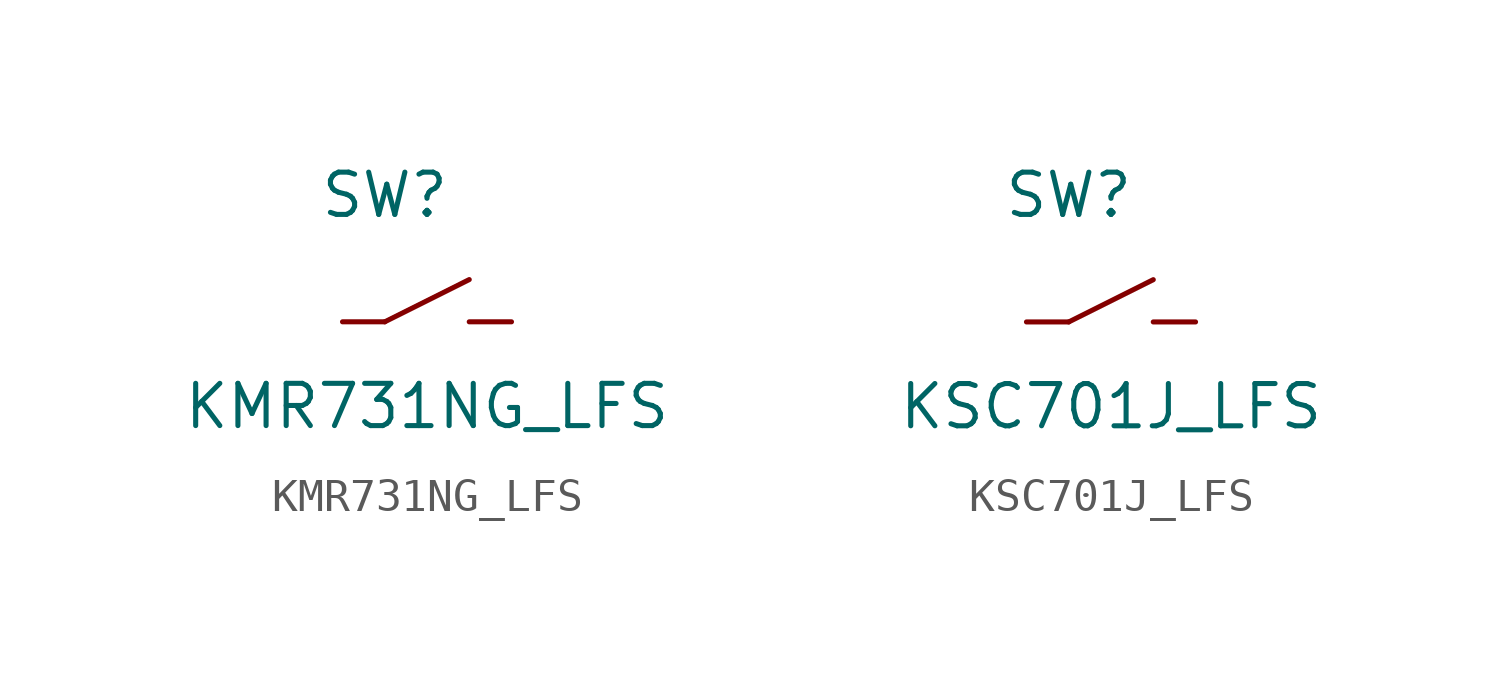
<source format=kicad_sym>
(kicad_symbol_lib
  (version 20231120)
  (generator "kicad_symbol_editor")
  (generator_version "8.0")
  (symbol "KMR731NG_LFS"
    (pin_numbers hide)
    (pin_names
      (offset 1.016) hide)
    (property "Reference" "SW"
      (at 1.27 3.81 0)
      (effects (font (size 1.27 1.27))))
    (property "Value" "KMR731NG_LFS"
      (at 2.54 -2.54 0)
      (effects (font (size 1.27 1.27))))
    (symbol "KMR731NG_LFS_0_1"
      (polyline (pts (xy 1.27 0) (xy 3.81 1.27)) (stroke (width 0) (type solid)) (fill (type none))))
    (symbol "KMR731NG_LFS_1_1"
      (pin bidirectional line (at 0 0 0) (length 1.27) (name "1" (effects (font (size 1.27 1.27)))) (number "1" (effects (font (size 1.27 1.27)))))
      (pin bidirectional line (at 5.08 0 180) (length 1.27) (name "2" (effects (font (size 1.27 1.27)))) (number "2" (effects (font (size 1.27 1.27)))))))
  (symbol "KSC701J_LFS"
    (pin_numbers hide)
    (pin_names
      (offset 1.016) hide)
    (property "Reference" "SW"
      (at 1.27 3.81 0)
      (effects (font (size 1.27 1.27))))
    (property "Value" "KSC701J_LFS"
      (at 2.54 -2.54 0)
      (effects (font (size 1.27 1.27))))
    (symbol "KSC701J_LFS_0_1"
      (polyline (pts (xy 1.27 0) (xy 3.81 1.27)) (stroke (width 0) (type solid)) (fill (type none))))
    (symbol "KSC701J_LFS_1_1"
      (pin bidirectional line (at 0 0 0) (length 1.27) (name "1" (effects (font (size 1.27 1.27)))) (number "1" (effects (font (size 1.27 1.27)))))
      (pin bidirectional line (at 5.08 0 180) (length 1.27) (name "2" (effects (font (size 1.27 1.27)))) (number "2" (effects (font (size 1.27 1.27))))))))
</source>
